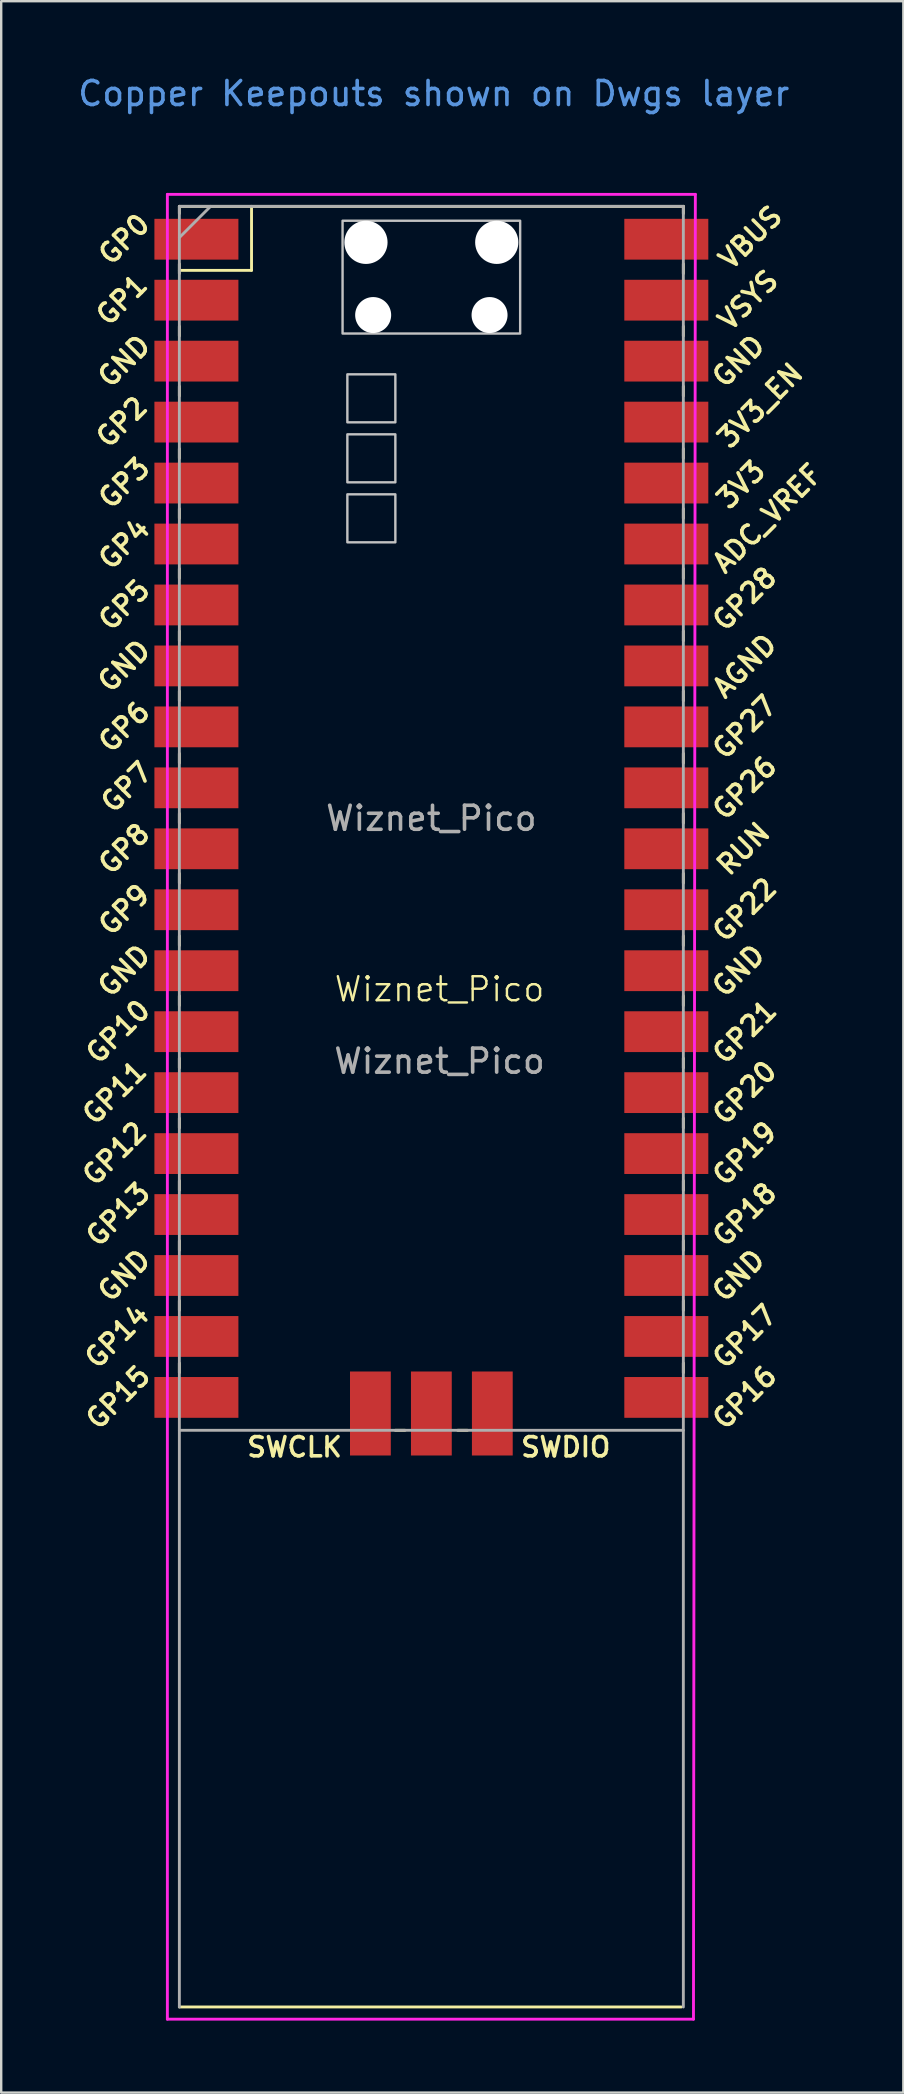
<source format=kicad_pcb>
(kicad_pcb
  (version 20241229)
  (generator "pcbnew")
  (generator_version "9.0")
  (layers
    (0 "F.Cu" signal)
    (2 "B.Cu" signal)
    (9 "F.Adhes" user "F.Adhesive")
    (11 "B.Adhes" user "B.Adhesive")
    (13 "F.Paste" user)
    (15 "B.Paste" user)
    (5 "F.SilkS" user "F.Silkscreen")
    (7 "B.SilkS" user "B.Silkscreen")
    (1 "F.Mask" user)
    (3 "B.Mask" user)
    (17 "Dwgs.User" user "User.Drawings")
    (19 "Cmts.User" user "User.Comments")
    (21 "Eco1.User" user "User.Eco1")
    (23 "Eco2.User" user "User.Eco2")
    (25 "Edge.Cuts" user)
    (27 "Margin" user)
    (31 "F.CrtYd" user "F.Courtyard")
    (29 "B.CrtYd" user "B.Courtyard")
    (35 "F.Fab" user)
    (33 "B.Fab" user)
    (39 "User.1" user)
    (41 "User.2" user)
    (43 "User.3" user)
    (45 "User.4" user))
  (footprint "Wiznet_Pico"
    (layer "F.Cu")
    (at 15.264 38.668)
    (property "Reference" "Wiznet_Pico" (at 0 -0.5 0) (unlocked yes) (layer "F.SilkS") (effects (font (size 1 1) (thickness 0.1))))
    (attr smd)
    (fp_line (start -10.84 -33.12) (end -10.84 -32.82) (stroke (width 0.12) (type solid)) (layer "F.SilkS"))
    (fp_line (start -10.84 -33.12) (end 10.16 -33.12) (stroke (width 0.12) (type solid)) (layer "F.SilkS"))
    (fp_line (start -10.84 -30.72) (end -10.84 -30.32) (stroke (width 0.12) (type solid)) (layer "F.SilkS"))
    (fp_line (start -10.84 -30.453) (end -7.833 -30.453) (stroke (width 0.12) (type solid)) (layer "F.SilkS"))
    (fp_line (start -10.84 -28.12) (end -10.84 -27.72) (stroke (width 0.12) (type solid)) (layer "F.SilkS"))
    (fp_line (start -10.84 -25.62) (end -10.84 -25.22) (stroke (width 0.12) (type solid)) (layer "F.SilkS"))
    (fp_line (start -10.84 -23.02) (end -10.84 -22.62) (stroke (width 0.12) (type solid)) (layer "F.SilkS"))
    (fp_line (start -10.84 -20.52) (end -10.84 -20.12) (stroke (width 0.12) (type solid)) (layer "F.SilkS"))
    (fp_line (start -10.84 -18.02) (end -10.84 -17.62) (stroke (width 0.12) (type solid)) (layer "F.SilkS"))
    (fp_line (start -10.84 -15.42) (end -10.84 -15.02) (stroke (width 0.12) (type solid)) (layer "F.SilkS"))
    (fp_line (start -10.84 -12.92) (end -10.84 -12.52) (stroke (width 0.12) (type solid)) (layer "F.SilkS"))
    (fp_line (start -10.84 -10.32) (end -10.84 -9.92) (stroke (width 0.12) (type solid)) (layer "F.SilkS"))
    (fp_line (start -10.84 -7.82) (end -10.84 -7.42) (stroke (width 0.12) (type solid)) (layer "F.SilkS"))
    (fp_line (start -10.84 -5.32) (end -10.84 -4.92) (stroke (width 0.12) (type solid)) (layer "F.SilkS"))
    (fp_line (start -10.84 -2.72) (end -10.84 -2.32) (stroke (width 0.12) (type solid)) (layer "F.SilkS"))
    (fp_line (start -10.84 -0.22) (end -10.84 0.18) (stroke (width 0.12) (type solid)) (layer "F.SilkS"))
    (fp_line (start -10.84 2.38) (end -10.84 2.78) (stroke (width 0.12) (type solid)) (layer "F.SilkS"))
    (fp_line (start -10.84 4.88) (end -10.84 5.28) (stroke (width 0.12) (type solid)) (layer "F.SilkS"))
    (fp_line (start -10.84 7.48) (end -10.84 7.88) (stroke (width 0.12) (type solid)) (layer "F.SilkS"))
    (fp_line (start -10.84 9.98) (end -10.84 10.38) (stroke (width 0.12) (type solid)) (layer "F.SilkS"))
    (fp_line (start -10.84 12.48) (end -10.84 12.88) (stroke (width 0.12) (type solid)) (layer "F.SilkS"))
    (fp_line (start -10.84 15.08) (end -10.84 15.48) (stroke (width 0.12) (type solid)) (layer "F.SilkS"))
    (fp_line (start -7.833 -30.453) (end -7.833 -33.12) (stroke (width 0.12) (type solid)) (layer "F.SilkS"))
    (fp_line (start -1.84 17.88) (end -1.44 17.88) (stroke (width 0.12) (type solid)) (layer "F.SilkS"))
    (fp_line (start 0.76 17.88) (end 1.16 17.88) (stroke (width 0.12) (type solid)) (layer "F.SilkS"))
    (fp_line (start 10.074 41.91) (end -10.84 41.91) (stroke (width 0.12) (type solid)) (layer "F.SilkS"))
    (fp_line (start 10.16 -33.12) (end 10.16 -32.82) (stroke (width 0.12) (type solid)) (layer "F.SilkS"))
    (fp_line (start 10.16 -30.72) (end 10.16 -30.32) (stroke (width 0.12) (type solid)) (layer "F.SilkS"))
    (fp_line (start 10.16 -28.12) (end 10.16 -27.72) (stroke (width 0.12) (type solid)) (layer "F.SilkS"))
    (fp_line (start 10.16 -25.62) (end 10.16 -25.22) (stroke (width 0.12) (type solid)) (layer "F.SilkS"))
    (fp_line (start 10.16 -23.02) (end 10.16 -22.62) (stroke (width 0.12) (type solid)) (layer "F.SilkS"))
    (fp_line (start 10.16 -20.52) (end 10.16 -20.12) (stroke (width 0.12) (type solid)) (layer "F.SilkS"))
    (fp_line (start 10.16 -18.02) (end 10.16 -17.62) (stroke (width 0.12) (type solid)) (layer "F.SilkS"))
    (fp_line (start 10.16 -15.42) (end 10.16 -15.02) (stroke (width 0.12) (type solid)) (layer "F.SilkS"))
    (fp_line (start 10.16 -12.92) (end 10.16 -12.52) (stroke (width 0.12) (type solid)) (layer "F.SilkS"))
    (fp_line (start 10.16 -10.32) (end 10.16 -9.92) (stroke (width 0.12) (type solid)) (layer "F.SilkS"))
    (fp_line (start 10.16 -7.82) (end 10.16 -7.42) (stroke (width 0.12) (type solid)) (layer "F.SilkS"))
    (fp_line (start 10.16 -5.32) (end 10.16 -4.92) (stroke (width 0.12) (type solid)) (layer "F.SilkS"))
    (fp_line (start 10.16 -2.72) (end 10.16 -2.32) (stroke (width 0.12) (type solid)) (layer "F.SilkS"))
    (fp_line (start 10.16 -0.22) (end 10.16 0.18) (stroke (width 0.12) (type solid)) (layer "F.SilkS"))
    (fp_line (start 10.16 2.38) (end 10.16 2.78) (stroke (width 0.12) (type solid)) (layer "F.SilkS"))
    (fp_line (start 10.16 4.88) (end 10.16 5.28) (stroke (width 0.12) (type solid)) (layer "F.SilkS"))
    (fp_line (start 10.16 7.48) (end 10.16 7.88) (stroke (width 0.12) (type solid)) (layer "F.SilkS"))
    (fp_line (start 10.16 9.98) (end 10.16 10.38) (stroke (width 0.12) (type solid)) (layer "F.SilkS"))
    (fp_line (start 10.16 12.48) (end 10.16 12.88) (stroke (width 0.12) (type solid)) (layer "F.SilkS"))
    (fp_line (start 10.16 15.08) (end 10.16 15.48) (stroke (width 0.12) (type solid)) (layer "F.SilkS"))
    (fp_poly (pts (xy -1.84 -24.12) (xy -3.84 -24.12) (xy -3.84 -26.12) (xy -1.84 -26.12)) (stroke (width 0.1) (type solid)) (fill no) (layer "Dwgs.User"))
    (fp_poly (pts (xy -1.84 -21.62) (xy -3.84 -21.62) (xy -3.84 -23.62) (xy -1.84 -23.62)) (stroke (width 0.1) (type solid)) (fill no) (layer "Dwgs.User"))
    (fp_poly (pts (xy -1.84 -19.12) (xy -3.84 -19.12) (xy -3.84 -21.12) (xy -1.84 -21.12)) (stroke (width 0.1) (type solid)) (fill no) (layer "Dwgs.User"))
    (fp_poly (pts (xy 3.36 -27.82) (xy -4.04 -27.82) (xy -4.04 -32.52) (xy 3.36 -32.52)) (stroke (width 0.1) (type solid)) (fill no) (layer "Dwgs.User"))
    (fp_line (start -11.34 -33.62) (end 10.66 -33.62) (stroke (width 0.12) (type solid)) (layer "F.CrtYd"))
    (fp_line (start -11.34 42.418) (end -11.34 -33.62) (stroke (width 0.12) (type solid)) (layer "F.CrtYd"))
    (fp_line (start 10.582 42.418) (end -11.34 42.418) (stroke (width 0.12) (type solid)) (layer "F.CrtYd"))
    (fp_line (start 10.66 -33.62) (end 10.582 42.418) (stroke (width 0.12) (type solid)) (layer "F.CrtYd"))
    (fp_line (start -10.84 -33.12) (end 10.16 -33.12) (stroke (width 0.12) (type solid)) (layer "F.Fab"))
    (fp_line (start -10.84 -31.82) (end -9.54 -33.12) (stroke (width 0.12) (type solid)) (layer "F.Fab"))
    (fp_line (start -10.84 41.91) (end -10.84 -33.12) (stroke (width 0.12) (type solid)) (layer "F.Fab"))
    (fp_line (start 10.16 -33.12) (end 10.16 41.91) (stroke (width 0.12) (type solid)) (layer "F.Fab"))
    (fp_line (start 10.16 17.88) (end -10.84 17.88) (stroke (width 0.12) (type solid)) (layer "F.Fab"))
    (fp_text user "GP21" (at 12.714 1.28 45) (layer "F.SilkS") (effects (font (size 0.8 0.8) (thickness 0.15))))
    (fp_text user "GP3" (at -13.14 -21.59 45) (layer "F.SilkS") (effects (font (size 0.8 0.8) (thickness 0.15))))
    (fp_text user "GP4" (at -13.14 -19.05 45) (layer "F.SilkS") (effects (font (size 0.8 0.8) (thickness 0.15))))
    (fp_text user "GP26" (at 12.714 -8.89 45) (layer "F.SilkS") (effects (font (size 0.8 0.8) (thickness 0.15))))
    (fp_text user "GP15" (at -13.394 16.51 45) (layer "F.SilkS") (effects (font (size 0.8 0.8) (thickness 0.15))))
    (fp_text user "GND" (at 12.46 -1.27 45) (layer "F.SilkS") (effects (font (size 0.8 0.8) (thickness 0.15))))
    (fp_text user "GP20" (at 12.714 3.81 45) (layer "F.SilkS") (effects (font (size 0.8 0.8) (thickness 0.15))))
    (fp_text user "GP22" (at 12.714 -3.81 45) (layer "F.SilkS") (effects (font (size 0.8 0.8) (thickness 0.15))))
    (fp_text user "GP1" (at -13.24 -29.22 45) (layer "F.SilkS") (effects (font (size 0.8 0.8) (thickness 0.15))))
    (fp_text user "GP17" (at 12.714 13.97 45) (layer "F.SilkS") (effects (font (size 0.8 0.8) (thickness 0.15))))
    (fp_text user "3V3_EN" (at 13.36 -24.82 45) (layer "F.SilkS") (effects (font (size 0.8 0.8) (thickness 0.15))))
    (fp_text user "GP13" (at -13.394 8.89 45) (layer "F.SilkS") (effects (font (size 0.8 0.8) (thickness 0.15))))
    (fp_text user "GND" (at -13.14 11.43 45) (layer "F.SilkS") (effects (font (size 0.8 0.8) (thickness 0.15))))
    (fp_text user "GP2" (at -13.24 -24.13 45) (layer "F.SilkS") (effects (font (size 0.8 0.8) (thickness 0.15))))
    (fp_text user "GP9" (at -13.14 -3.81 45) (layer "F.SilkS") (effects (font (size 0.8 0.8) (thickness 0.15))))
    (fp_text user "GP12" (at -13.54 6.35 45) (layer "F.SilkS") (effects (font (size 0.8 0.8) (thickness 0.15))))
    (fp_text user "GP18" (at 12.714 8.89 45) (layer "F.SilkS") (effects (font (size 0.8 0.8) (thickness 0.15))))
    (fp_text user "GND" (at -13.14 -1.27 45) (layer "F.SilkS") (effects (font (size 0.8 0.8) (thickness 0.15))))
    (fp_text user "GP16" (at 12.714 16.51 45) (layer "F.SilkS") (effects (font (size 0.8 0.8) (thickness 0.15))))
    (fp_text user "GP0" (at -13.14 -31.75 45) (layer "F.SilkS") (effects (font (size 0.8 0.8) (thickness 0.15))))
    (fp_text user "GP14" (at -13.44 13.97 45) (layer "F.SilkS") (effects (font (size 0.8 0.8) (thickness 0.15))))
    (fp_text user "GND" (at -13.14 -13.97 45) (layer "F.SilkS") (effects (font (size 0.8 0.8) (thickness 0.15))))
    (fp_text user "GP7" (at -13.04 -8.92 45) (layer "F.SilkS") (effects (font (size 0.8 0.8) (thickness 0.15))))
    (fp_text user "GP19" (at 12.714 6.35 45) (layer "F.SilkS") (effects (font (size 0.8 0.8) (thickness 0.15))))
    (fp_text user "GP10" (at -13.394 1.27 45) (layer "F.SilkS") (effects (font (size 0.8 0.8) (thickness 0.15))))
    (fp_text user "GP28" (at 12.714 -16.764 45) (layer "F.SilkS") (effects (font (size 0.8 0.8) (thickness 0.15))))
    (fp_text user "SWDIO" (at 5.26 18.58 0) (layer "F.SilkS") (effects (font (size 0.8 0.8) (thickness 0.15))))
    (fp_text user "SWCLK" (at -6.04 18.58 0) (layer "F.SilkS") (effects (font (size 0.8 0.8) (thickness 0.15))))
    (fp_text user "GP6" (at -13.14 -11.43 45) (layer "F.SilkS") (effects (font (size 0.8 0.8) (thickness 0.15))))
    (fp_text user "GND" (at -13.14 -26.67 45) (layer "F.SilkS") (effects (font (size 0.8 0.8) (thickness 0.15))))
    (fp_text user "GND" (at 12.46 11.43 45) (layer "F.SilkS") (effects (font (size 0.8 0.8) (thickness 0.15))))
    (fp_text user "GND" (at 12.46 -26.67 45) (layer "F.SilkS") (effects (font (size 0.8 0.8) (thickness 0.15))))
    (fp_text user "GP8" (at -13.14 -6.35 45) (layer "F.SilkS") (effects (font (size 0.8 0.8) (thickness 0.15))))
    (fp_text user "RUN" (at 12.66 -6.35 45) (layer "F.SilkS") (effects (font (size 0.8 0.8) (thickness 0.15))))
    (fp_text user "VSYS" (at 12.86 -29.21 45) (layer "F.SilkS") (effects (font (size 0.8 0.8) (thickness 0.15))))
    (fp_text user "VBUS" (at 12.96 -31.82 45) (layer "F.SilkS") (effects (font (size 0.8 0.8) (thickness 0.15))))
    (fp_text user "3V3" (at 12.56 -21.52 45) (layer "F.SilkS") (effects (font (size 0.8 0.8) (thickness 0.15))))
    (fp_text user "GP5" (at -13.14 -16.51 45) (layer "F.SilkS") (effects (font (size 0.8 0.8) (thickness 0.15))))
    (fp_text user "ADC_VREF" (at 13.66 -20.12 45) (layer "F.SilkS") (effects (font (size 0.8 0.8) (thickness 0.15))))
    (fp_text user "AGND" (at 12.714 -13.97 45) (layer "F.SilkS") (effects (font (size 0.8 0.8) (thickness 0.15))))
    (fp_text user "GP11" (at -13.54 3.81 45) (layer "F.SilkS") (effects (font (size 0.8 0.8) (thickness 0.15))))
    (fp_text user "GP27" (at 12.714 -11.42 45) (layer "F.SilkS") (effects (font (size 0.8 0.8) (thickness 0.15))))
    (fp_text user "Copper Keepouts shown on Dwgs layer" (at -0.24 -37.82 0) (layer "Cmts.User") (effects (font (size 1 1) (thickness 0.15))))
    (fp_text user "${REFERENCE}" (at -0.34 -7.62 180) (layer "F.Fab") (effects (font (size 1 1) (thickness 0.15))))
    (fp_text user "${REFERENCE}" (at 0 2.5 0) (unlocked yes) (layer "F.Fab") (effects (font (size 1 1) (thickness 0.15))))
    (pad "" np_thru_hole oval (at -3.065 -31.62) (size 1.8 1.8) (drill 1.8) (layers "*.Cu" "*.Mask"))
    (pad "" np_thru_hole oval (at -2.765 -28.59) (size 1.5 1.5) (drill 1.5) (layers "*.Cu" "*.Mask"))
    (pad "" np_thru_hole oval (at 2.085 -28.59) (size 1.5 1.5) (drill 1.5) (layers "*.Cu" "*.Mask"))
    (pad "" np_thru_hole oval (at 2.385 -31.62) (size 1.8 1.8) (drill 1.8) (layers "*.Cu" "*.Mask"))
    (pad "1" smd rect (at -9.23 -31.75) (size 3.5 1.7) (drill (offset -0.9 0)) (layers "F.Cu" "F.Mask"))
    (pad "2" smd rect (at -9.23 -29.21) (size 3.5 1.7) (drill (offset -0.9 0)) (layers "F.Cu" "F.Mask"))
    (pad "3" smd rect (at -9.23 -26.67) (size 3.5 1.7) (drill (offset -0.9 0)) (layers "F.Cu" "F.Mask"))
    (pad "4" smd rect (at -9.23 -24.13) (size 3.5 1.7) (drill (offset -0.9 0)) (layers "F.Cu" "F.Mask"))
    (pad "5" smd rect (at -9.23 -21.59) (size 3.5 1.7) (drill (offset -0.9 0)) (layers "F.Cu" "F.Mask"))
    (pad "6" smd rect (at -9.23 -19.05) (size 3.5 1.7) (drill (offset -0.9 0)) (layers "F.Cu" "F.Mask"))
    (pad "7" smd rect (at -9.23 -16.51) (size 3.5 1.7) (drill (offset -0.9 0)) (layers "F.Cu" "F.Mask"))
    (pad "8" smd rect (at -9.23 -13.97) (size 3.5 1.7) (drill (offset -0.9 0)) (layers "F.Cu" "F.Mask"))
    (pad "9" smd rect (at -9.23 -11.43) (size 3.5 1.7) (drill (offset -0.9 0)) (layers "F.Cu" "F.Mask"))
    (pad "10" smd rect (at -9.23 -8.89) (size 3.5 1.7) (drill (offset -0.9 0)) (layers "F.Cu" "F.Mask"))
    (pad "11" smd rect (at -9.23 -6.35) (size 3.5 1.7) (drill (offset -0.9 0)) (layers "F.Cu" "F.Mask"))
    (pad "12" smd rect (at -9.23 -3.81) (size 3.5 1.7) (drill (offset -0.9 0)) (layers "F.Cu" "F.Mask"))
    (pad "13" smd rect (at -9.23 -1.27) (size 3.5 1.7) (drill (offset -0.9 0)) (layers "F.Cu" "F.Mask"))
    (pad "14" smd rect (at -9.23 1.27) (size 3.5 1.7) (drill (offset -0.9 0)) (layers "F.Cu" "F.Mask"))
    (pad "15" smd rect (at -9.23 3.81) (size 3.5 1.7) (drill (offset -0.9 0)) (layers "F.Cu" "F.Mask"))
    (pad "16" smd rect (at -9.23 6.35) (size 3.5 1.7) (drill (offset -0.9 0)) (layers "F.Cu" "F.Mask"))
    (pad "17" smd rect (at -9.23 8.89) (size 3.5 1.7) (drill (offset -0.9 0)) (layers "F.Cu" "F.Mask"))
    (pad "18" smd rect (at -9.23 11.43) (size 3.5 1.7) (drill (offset -0.9 0)) (layers "F.Cu" "F.Mask"))
    (pad "19" smd rect (at -9.23 13.97) (size 3.5 1.7) (drill (offset -0.9 0)) (layers "F.Cu" "F.Mask"))
    (pad "20" smd rect (at -9.23 16.51) (size 3.5 1.7) (drill (offset -0.9 0)) (layers "F.Cu" "F.Mask"))
    (pad "21" smd rect (at 8.55 16.51) (size 3.5 1.7) (drill (offset 0.9 0)) (layers "F.Cu" "F.Mask"))
    (pad "22" smd rect (at 8.55 13.97) (size 3.5 1.7) (drill (offset 0.9 0)) (layers "F.Cu" "F.Mask"))
    (pad "23" smd rect (at 8.55 11.43) (size 3.5 1.7) (drill (offset 0.9 0)) (layers "F.Cu" "F.Mask"))
    (pad "24" smd rect (at 8.55 8.89) (size 3.5 1.7) (drill (offset 0.9 0)) (layers "F.Cu" "F.Mask"))
    (pad "25" smd rect (at 8.55 6.35) (size 3.5 1.7) (drill (offset 0.9 0)) (layers "F.Cu" "F.Mask"))
    (pad "26" smd rect (at 8.55 3.81) (size 3.5 1.7) (drill (offset 0.9 0)) (layers "F.Cu" "F.Mask"))
    (pad "27" smd rect (at 8.55 1.27) (size 3.5 1.7) (drill (offset 0.9 0)) (layers "F.Cu" "F.Mask"))
    (pad "28" smd rect (at 8.55 -1.27) (size 3.5 1.7) (drill (offset 0.9 0)) (layers "F.Cu" "F.Mask"))
    (pad "29" smd rect (at 8.55 -3.81) (size 3.5 1.7) (drill (offset 0.9 0)) (layers "F.Cu" "F.Mask"))
    (pad "30" smd rect (at 8.55 -6.35) (size 3.5 1.7) (drill (offset 0.9 0)) (layers "F.Cu" "F.Mask"))
    (pad "31" smd rect (at 8.55 -8.89) (size 3.5 1.7) (drill (offset 0.9 0)) (layers "F.Cu" "F.Mask"))
    (pad "32" smd rect (at 8.55 -11.43) (size 3.5 1.7) (drill (offset 0.9 0)) (layers "F.Cu" "F.Mask"))
    (pad "33" smd rect (at 8.55 -13.97) (size 3.5 1.7) (drill (offset 0.9 0)) (layers "F.Cu" "F.Mask"))
    (pad "34" smd rect (at 8.55 -16.51) (size 3.5 1.7) (drill (offset 0.9 0)) (layers "F.Cu" "F.Mask"))
    (pad "35" smd rect (at 8.55 -19.05) (size 3.5 1.7) (drill (offset 0.9 0)) (layers "F.Cu" "F.Mask"))
    (pad "36" smd rect (at 8.55 -21.59) (size 3.5 1.7) (drill (offset 0.9 0)) (layers "F.Cu" "F.Mask"))
    (pad "37" smd rect (at 8.55 -24.13) (size 3.5 1.7) (drill (offset 0.9 0)) (layers "F.Cu" "F.Mask"))
    (pad "38" smd rect (at 8.55 -26.67) (size 3.5 1.7) (drill (offset 0.9 0)) (layers "F.Cu" "F.Mask"))
    (pad "39" smd rect (at 8.55 -29.21) (size 3.5 1.7) (drill (offset 0.9 0)) (layers "F.Cu" "F.Mask"))
    (pad "40" smd rect (at 8.55 -31.75) (size 3.5 1.7) (drill (offset 0.9 0)) (layers "F.Cu" "F.Mask"))
    (pad "41" smd rect (at -2.88 16.28 90) (size 3.5 1.7) (drill (offset -0.9 0)) (layers "F.Cu" "F.Mask"))
    (pad "42" smd rect (at -0.34 16.28 90) (size 3.5 1.7) (drill (offset -0.9 0)) (layers "F.Cu" "F.Mask"))
    (pad "43" smd rect (at 2.2 16.28 90) (size 3.5 1.7) (drill (offset -0.9 0)) (layers "F.Cu" "F.Mask")))
  (gr_rect
    (start -3 -3)
    (end 34.591 84.146)
    (stroke (width 0.1) (type default))
    (fill no)
    (layer "Edge.Cuts")))
</source>
